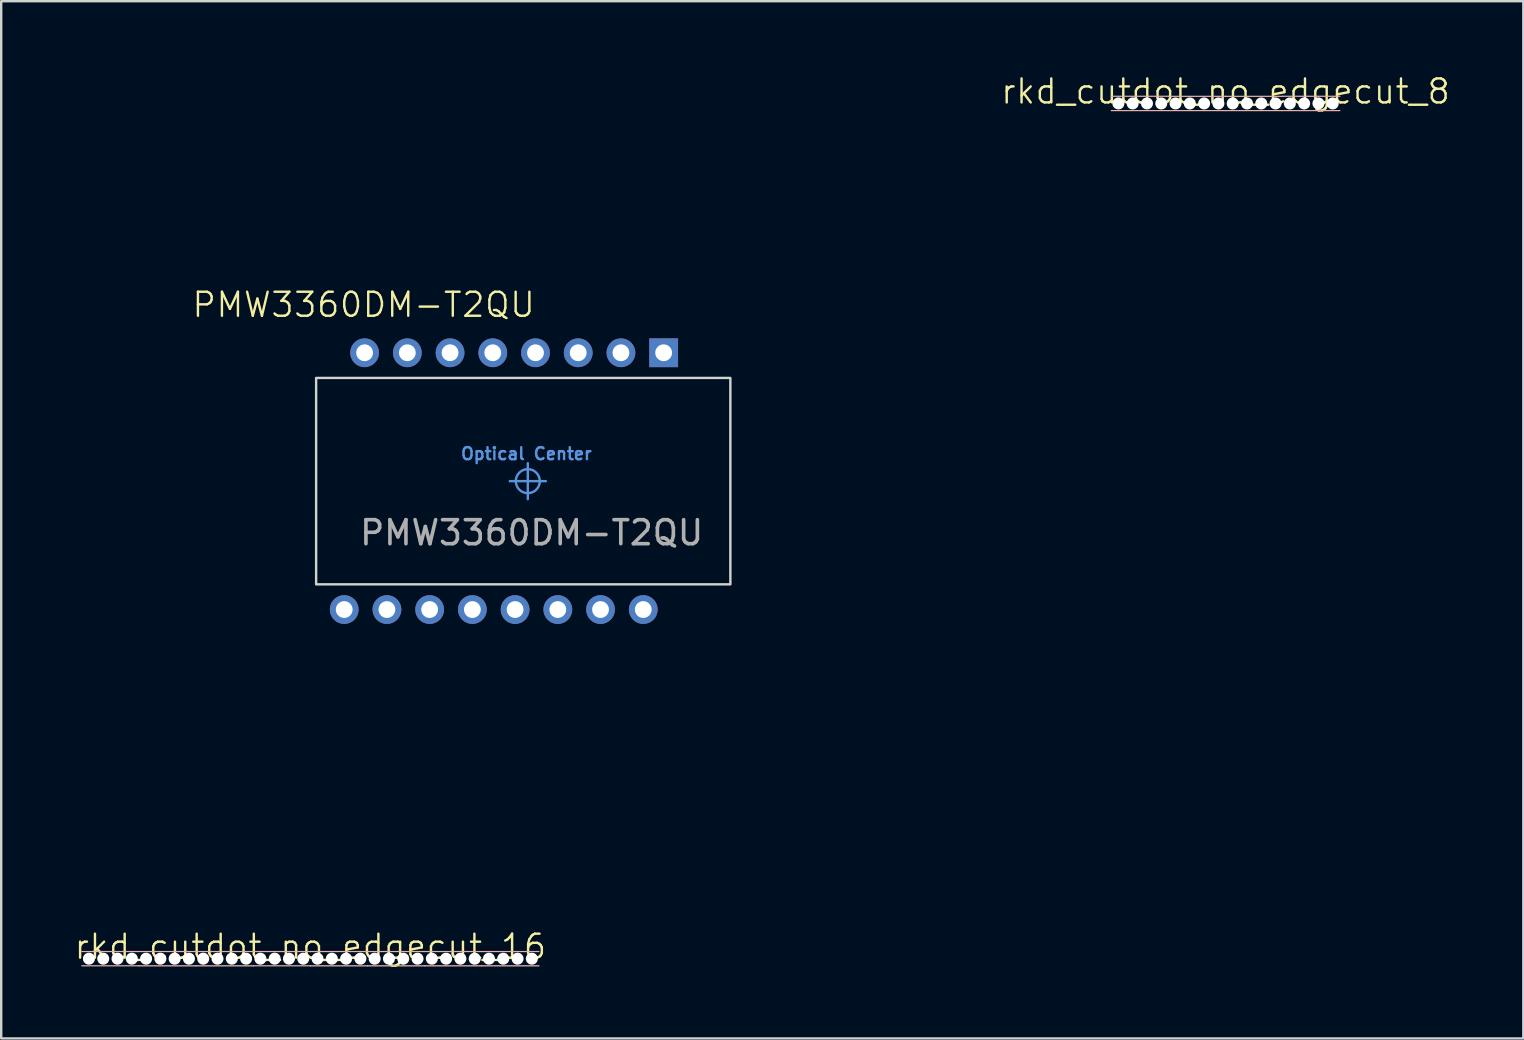
<source format=kicad_pcb>
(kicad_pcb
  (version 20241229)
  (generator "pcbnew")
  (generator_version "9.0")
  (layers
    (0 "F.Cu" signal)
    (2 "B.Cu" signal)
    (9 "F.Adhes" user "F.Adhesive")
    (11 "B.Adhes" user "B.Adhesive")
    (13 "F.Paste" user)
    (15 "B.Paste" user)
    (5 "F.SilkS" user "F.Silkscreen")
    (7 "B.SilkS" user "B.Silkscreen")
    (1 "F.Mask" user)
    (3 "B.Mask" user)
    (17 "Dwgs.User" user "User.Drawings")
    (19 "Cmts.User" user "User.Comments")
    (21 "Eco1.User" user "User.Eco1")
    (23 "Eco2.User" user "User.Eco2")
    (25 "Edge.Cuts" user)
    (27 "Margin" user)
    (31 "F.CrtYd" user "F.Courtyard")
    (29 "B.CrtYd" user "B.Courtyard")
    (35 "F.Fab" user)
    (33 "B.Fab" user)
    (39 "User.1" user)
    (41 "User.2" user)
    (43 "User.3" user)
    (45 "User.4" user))
  (footprint "PMW3360DM-T2QU"
    (layer "F.Cu")
    (at 18.942 16.998)
    (property "Reference" "PMW3360DM-T2QU" (at -6.84 -7.35 0) (unlocked yes) (layer "F.SilkS") (effects (font (size 1 1) (thickness 0.1))))
    (attr through_hole)
    (fp_line (start -0.75 0) (end 0 0) (stroke (width 0.1) (type default)) (layer "Cmts.User"))
    (fp_line (start 0 0) (end 0 -0.75) (stroke (width 0.1) (type default)) (layer "Cmts.User"))
    (fp_line (start 0 0) (end 0.75 0) (stroke (width 0.1) (type default)) (layer "Cmts.User"))
    (fp_line (start 0 0.75) (end 0 0) (stroke (width 0.1) (type default)) (layer "Cmts.User"))
    (fp_circle (center 0 0) (end 0.5 0) (stroke (width 0.1) (type solid)) (fill no) (layer "Cmts.User"))
    (fp_rect (start -8.82 -4.3) (end 8.44 4.3) (stroke (width 0.1) (type default)) (fill no) (layer "Edge.Cuts"))
    (fp_rect (start -10.38 -9.5) (end 10.97 9.5) (stroke (width 0.1) (type default)) (fill no) (layer "User.1"))
    (fp_text user "Optical Center" (at -2.84 -0.85 0) (unlocked yes) (layer "Cmts.User") (effects (font (size 0.5 0.5) (thickness 0.1)) (justify left bottom)))
    (fp_text user "${REFERENCE}" (at 0.16 2.15 0) (unlocked yes) (layer "F.Fab") (effects (font (size 1 1) (thickness 0.15))))
    (dimension (type aligned) (layer "User.1") (pts (xy 8.562 7.498) (xy 29.912 7.498)) (height -5.5) (format (prefix "") (suffix "") (units 3) (units_format 1) (precision 2) (suppress_zeroes yes)) (style (thickness 0.1) (arrow_length 1.27) (text_position_mode 0) (arrow_direction outward) (extension_height 0.586) (extension_offset 0.5) (keep_text_aligned yes)) (gr_text "21.35 mm" (at 19.237 0.848 0) (layer "User.1") (effects (font (size 1 1) (thickness 0.15)))))
    (dimension (type aligned) (layer "User.1") (pts (xy 8.562 7.498) (xy 8.562 26.498)) (height 4.62) (format (prefix "") (suffix "") (units 3) (units_format 1) (precision 4) (suppress_zeroes yes)) (style (thickness 0.1) (arrow_length 1.27) (text_position_mode 0) (arrow_direction outward) (extension_height 0.586) (extension_offset 0.5) (keep_text_aligned yes)) (gr_text "19 mm" (at 2.792 16.998 90) (layer "User.1") (effects (font (size 1 1) (thickness 0.15)))))
    (dimension (type aligned) (layer "User.1") (pts (xy 27.382 21.298) (xy 10.122 21.298)) (height -4.35) (format (prefix "") (suffix "") (units 3) (units_format 1) (precision 2)) (style (thickness 0.1) (arrow_length 1.27) (text_position_mode 0) (arrow_direction outward) (extension_height 0.586) (extension_offset 0.5) (keep_text_aligned yes)) (gr_text "17.26 mm" (at 18.752 24.498 0) (layer "User.1") (effects (font (size 1 1) (thickness 0.15)))))
    (dimension (type orthogonal) (layer "User.1") (pts (xy 29.912 26.498) (xy 18.942 16.998)) (height 5.5) (orientation 0) (format (prefix "") (suffix "") (units 3) (units_format 1) (precision 4) (suppress_zeroes yes)) (style (thickness 0.1) (arrow_length 1.27) (text_position_mode 0) (arrow_direction outward) (extension_height 0.586) (extension_offset 0.5) (keep_text_aligned yes)) (gr_text "10.97 mm" (at 24.427 30.848 0) (layer "User.1") (effects (font (size 1 1) (thickness 0.15)))))
    (dimension (type orthogonal) (layer "User.1") (pts (xy 10.122 12.698) (xy 10.122 21.298)) (height -3.52) (orientation 1) (format (prefix "") (suffix "") (units 3) (units_format 1) (precision 2)) (style (thickness 0.1) (arrow_length 1.27) (text_position_mode 0) (arrow_direction outward) (extension_height 0.586) (extension_offset 0.5) (keep_text_aligned yes)) (gr_text "8.60 mm" (at 5.452 16.998 90) (layer "User.1") (effects (font (size 1 1) (thickness 0.15)))))
    (dimension (type orthogonal) (layer "User.1") (pts (xy 18.942 16.998) (xy 24.602 11.648)) (height -7.85) (orientation 0) (format (prefix "") (suffix "") (units 3) (units_format 1) (precision 2)) (style (thickness 0.1) (arrow_length 1.27) (text_position_mode 0) (arrow_direction outward) (extension_height 0.586) (extension_offset 0.5) (keep_text_aligned yes)) (gr_text "5.66 mm" (at 21.772 7.998 0) (layer "User.1") (effects (font (size 1 1) (thickness 0.15)))))
    (dimension (type orthogonal) (layer "User.1") (pts (xy 24.602 11.648) (xy 18.942 16.998)) (height 6) (orientation 1) (format (prefix "") (suffix "") (units 3) (units_format 1) (precision 2)) (style (thickness 0.1) (arrow_length 1.27) (text_position_mode 2) (arrow_direction outward) (extension_height 0.586) (extension_offset 0.5) (keep_text_aligned yes)) (gr_text "5.35 mm" (at 32.102 14.323 90) (layer "User.1") (effects (font (size 1 1) (thickness 0.15)))))
    (pad "1" thru_hole rect (at 5.66 -5.35) (size 1.2 1.2) (drill 0.7) (layers "*.Cu" "*.Mask"))
    (pad "2" thru_hole circle (at 3.88 -5.35) (size 1.2 1.2) (drill 0.7) (layers "*.Cu" "*.Mask"))
    (pad "3" thru_hole circle (at 2.1 -5.35) (size 1.2 1.2) (drill 0.7) (layers "*.Cu" "*.Mask"))
    (pad "4" thru_hole circle (at 0.32 -5.35) (size 1.2 1.2) (drill 0.7) (layers "*.Cu" "*.Mask"))
    (pad "5" thru_hole circle (at -1.46 -5.35) (size 1.2 1.2) (drill 0.7) (layers "*.Cu" "*.Mask"))
    (pad "6" thru_hole circle (at -3.24 -5.35) (size 1.2 1.2) (drill 0.7) (layers "*.Cu" "*.Mask"))
    (pad "7" thru_hole circle (at -5.02 -5.35) (size 1.2 1.2) (drill 0.7) (layers "*.Cu" "*.Mask"))
    (pad "8" thru_hole circle (at -6.8 -5.35) (size 1.2 1.2) (drill 0.7) (layers "*.Cu" "*.Mask"))
    (pad "9" thru_hole circle (at -7.65 5.35) (size 1.2 1.2) (drill 0.7) (layers "*.Cu" "*.Mask"))
    (pad "10" thru_hole circle (at -5.87 5.35) (size 1.2 1.2) (drill 0.7) (layers "*.Cu" "*.Mask"))
    (pad "11" thru_hole circle (at -4.09 5.35) (size 1.2 1.2) (drill 0.7) (layers "*.Cu" "*.Mask"))
    (pad "12" thru_hole circle (at -2.31 5.35) (size 1.2 1.2) (drill 0.7) (layers "*.Cu" "*.Mask"))
    (pad "13" thru_hole circle (at -0.53 5.35) (size 1.2 1.2) (drill 0.7) (layers "*.Cu" "*.Mask"))
    (pad "14" thru_hole circle (at 1.25 5.35) (size 1.2 1.2) (drill 0.7) (layers "*.Cu" "*.Mask"))
    (pad "15" thru_hole circle (at 3.03 5.35) (size 1.2 1.2) (drill 0.7) (layers "*.Cu" "*.Mask"))
    (pad "16" thru_hole circle (at 4.81 5.35) (size 1.2 1.2) (drill 0.7) (layers "*.Cu" "*.Mask"))
    (zone (net_name "") (layer "Edge.Cuts") (hatch edge 0.5) (connect_pads) (min_thickness 0.25) (filled_areas_thickness no) (keepout (tracks not_allowed) (vias not_allowed) (pads not_allowed) (copperpour not_allowed) (footprints not_allowed)) (placement (enabled no)) (fill) (polygon (pts (xy 10.122 12.698) (xy 27.382 12.698) (xy 27.382 21.298) (xy 10.122 21.298)))))
  (footprint "rkd_cutdot_no_edgecut_8"
    (layer "F.Cu")
    (at 48.015 1.26)
    (property "Reference" "rkd_cutdot_no_edgecut_8" (at 0 -0.5 0) (unlocked yes) (layer "F.SilkS") (effects (font (size 1 1) (thickness 0.1))))
    (attr smd board_only exclude_from_pos_files exclude_from_bom)
    (fp_line (start -2.381 0.298) (end -4.762 0.298) (stroke (width 0.05) (type default)) (layer "B.SilkS"))
    (fp_line (start -2.381 -0.298) (end -4.762 -0.298) (stroke (width 0.05) (type default)) (layer "B.SilkS"))
    (fp_line (start -0.000001 0.298) (end -2.381 0.298) (stroke (width 0.05) (type default)) (layer "B.SilkS"))
    (fp_line (start 0 -0.297) (end -2.381 -0.297) (stroke (width 0.05) (type default)) (layer "B.SilkS"))
    (fp_line (start 2.381 0.298) (end -0.000001 0.298) (stroke (width 0.05) (type default)) (layer "B.SilkS"))
    (fp_line (start 2.381 -0.297) (end 0 -0.297) (stroke (width 0.05) (type default)) (layer "B.SilkS"))
    (fp_line (start 4.763 0.298) (end 2.381 0.298) (stroke (width 0.05) (type default)) (layer "B.SilkS"))
    (fp_line (start 4.763 -0.298) (end 2.381 -0.298) (stroke (width 0.05) (type default)) (layer "B.SilkS"))
    (pad "" np_thru_hole circle (at -4.465 0.000356 90) (size 0.5 0.5) (drill 0.5) (layers "*.Cu" "*.Mask"))
    (pad "" np_thru_hole circle (at -3.87 0.000356 90) (size 0.5 0.5) (drill 0.5) (layers "*.Cu" "*.Mask"))
    (pad "" np_thru_hole circle (at -3.274 0.000356 90) (size 0.5 0.5) (drill 0.5) (layers "*.Cu" "*.Mask"))
    (pad "" np_thru_hole circle (at -2.679 0.000356 90) (size 0.5 0.5) (drill 0.5) (layers "*.Cu" "*.Mask"))
    (pad "" np_thru_hole circle (at -2.084 0.001 90) (size 0.5 0.5) (drill 0.5) (layers "*.Cu" "*.Mask"))
    (pad "" np_thru_hole circle (at -1.489 0.001 90) (size 0.5 0.5) (drill 0.5) (layers "*.Cu" "*.Mask"))
    (pad "" np_thru_hole circle (at -0.893 0.001 90) (size 0.5 0.5) (drill 0.5) (layers "*.Cu" "*.Mask"))
    (pad "" np_thru_hole circle (at -0.298 0.001 90) (size 0.5 0.5) (drill 0.5) (layers "*.Cu" "*.Mask"))
    (pad "" np_thru_hole circle (at 0.297 0.001 90) (size 0.5 0.5) (drill 0.5) (layers "*.Cu" "*.Mask"))
    (pad "" np_thru_hole circle (at 0.893 0.001 90) (size 0.5 0.5) (drill 0.5) (layers "*.Cu" "*.Mask"))
    (pad "" np_thru_hole circle (at 1.488 0.001 90) (size 0.5 0.5) (drill 0.5) (layers "*.Cu" "*.Mask"))
    (pad "" np_thru_hole circle (at 2.083 0.001 90) (size 0.5 0.5) (drill 0.5) (layers "*.Cu" "*.Mask"))
    (pad "" np_thru_hole circle (at 2.679 0.000356 90) (size 0.5 0.5) (drill 0.5) (layers "*.Cu" "*.Mask"))
    (pad "" np_thru_hole circle (at 3.274 0.000356 90) (size 0.5 0.5) (drill 0.5) (layers "*.Cu" "*.Mask"))
    (pad "" np_thru_hole circle (at 3.87 0.000356 90) (size 0.5 0.5) (drill 0.5) (layers "*.Cu" "*.Mask"))
    (pad "" np_thru_hole circle (at 4.465 0.000356 90) (size 0.5 0.5) (drill 0.5) (layers "*.Cu" "*.Mask")))
  (footprint "rkd_cutdot_no_edgecut_16"
    (layer "F.Cu")
    (at 9.883 36.895)
    (property "Reference" "rkd_cutdot_no_edgecut_16" (at 0 -0.5 0) (unlocked yes) (layer "F.SilkS") (effects (font (size 1 1) (thickness 0.1))))
    (attr smd board_only exclude_from_pos_files exclude_from_bom)
    (fp_line (start -7.144 0.297) (end -9.525 0.297) (stroke (width 0.05) (type default)) (layer "B.SilkS"))
    (fp_line (start -7.144 -0.298) (end -9.525 -0.298) (stroke (width 0.05) (type default)) (layer "B.SilkS"))
    (fp_line (start -4.762 0.298) (end -7.144 0.298) (stroke (width 0.05) (type default)) (layer "B.SilkS"))
    (fp_line (start -4.762 -0.298) (end -7.144 -0.298) (stroke (width 0.05) (type default)) (layer "B.SilkS"))
    (fp_line (start -2.381 0.298) (end -4.762 0.298) (stroke (width 0.05) (type default)) (layer "B.SilkS"))
    (fp_line (start -2.381 -0.298) (end -4.762 -0.298) (stroke (width 0.05) (type default)) (layer "B.SilkS"))
    (fp_line (start 0.000228 0.297) (end -2.381 0.297) (stroke (width 0.05) (type default)) (layer "B.SilkS"))
    (fp_line (start 0.000229 -0.298) (end -2.381 -0.298) (stroke (width 0.05) (type default)) (layer "B.SilkS"))
    (fp_line (start 2.381 0.298) (end -0.000002 0.298) (stroke (width 0.05) (type default)) (layer "B.SilkS"))
    (fp_line (start 2.381 -0.298) (end -0.000001 -0.298) (stroke (width 0.05) (type default)) (layer "B.SilkS"))
    (fp_line (start 4.762 0.298) (end 2.381 0.298) (stroke (width 0.05) (type default)) (layer "B.SilkS"))
    (fp_line (start 4.762 -0.297) (end 2.381 -0.297) (stroke (width 0.05) (type default)) (layer "B.SilkS"))
    (fp_line (start 7.144 0.298) (end 4.762 0.298) (stroke (width 0.05) (type default)) (layer "B.SilkS"))
    (fp_line (start 7.144 -0.297) (end 4.762 -0.297) (stroke (width 0.05) (type default)) (layer "B.SilkS"))
    (fp_line (start 9.525 0.298) (end 7.144 0.298) (stroke (width 0.05) (type default)) (layer "B.SilkS"))
    (fp_line (start 9.525 -0.298) (end 7.144 -0.298) (stroke (width 0.05) (type default)) (layer "B.SilkS"))
    (pad "" np_thru_hole circle (at -9.227 0 90) (size 0.5 0.5) (drill 0.5) (layers "*.Cu" "*.Mask"))
    (pad "" np_thru_hole circle (at -8.632 0 90) (size 0.5 0.5) (drill 0.5) (layers "*.Cu" "*.Mask"))
    (pad "" np_thru_hole circle (at -8.037 0 90) (size 0.5 0.5) (drill 0.5) (layers "*.Cu" "*.Mask"))
    (pad "" np_thru_hole circle (at -7.441 0 90) (size 0.5 0.5) (drill 0.5) (layers "*.Cu" "*.Mask"))
    (pad "" np_thru_hole circle (at -6.846 0.000355 90) (size 0.5 0.5) (drill 0.5) (layers "*.Cu" "*.Mask"))
    (pad "" np_thru_hole circle (at -6.251 0.000355 90) (size 0.5 0.5) (drill 0.5) (layers "*.Cu" "*.Mask"))
    (pad "" np_thru_hole circle (at -5.656 0.000355 90) (size 0.5 0.5) (drill 0.5) (layers "*.Cu" "*.Mask"))
    (pad "" np_thru_hole circle (at -5.06 0.000355 90) (size 0.5 0.5) (drill 0.5) (layers "*.Cu" "*.Mask"))
    (pad "" np_thru_hole circle (at -4.465 0.000356 90) (size 0.5 0.5) (drill 0.5) (layers "*.Cu" "*.Mask"))
    (pad "" np_thru_hole circle (at -3.87 0.000356 90) (size 0.5 0.5) (drill 0.5) (layers "*.Cu" "*.Mask"))
    (pad "" np_thru_hole circle (at -3.274 0.000356 90) (size 0.5 0.5) (drill 0.5) (layers "*.Cu" "*.Mask"))
    (pad "" np_thru_hole circle (at -2.679 0.000356 90) (size 0.5 0.5) (drill 0.5) (layers "*.Cu" "*.Mask"))
    (pad "" np_thru_hole circle (at -2.084 0 90) (size 0.5 0.5) (drill 0.5) (layers "*.Cu" "*.Mask"))
    (pad "" np_thru_hole circle (at -1.488 0 90) (size 0.5 0.5) (drill 0.5) (layers "*.Cu" "*.Mask"))
    (pad "" np_thru_hole circle (at -0.893 0 90) (size 0.5 0.5) (drill 0.5) (layers "*.Cu" "*.Mask"))
    (pad "" np_thru_hole circle (at -0.298 0 90) (size 0.5 0.5) (drill 0.5) (layers "*.Cu" "*.Mask"))
    (pad "" np_thru_hole circle (at 0.297 0.000356 90) (size 0.5 0.5) (drill 0.5) (layers "*.Cu" "*.Mask"))
    (pad "" np_thru_hole circle (at 0.893 0.000356 90) (size 0.5 0.5) (drill 0.5) (layers "*.Cu" "*.Mask"))
    (pad "" np_thru_hole circle (at 1.488 0.000356 90) (size 0.5 0.5) (drill 0.5) (layers "*.Cu" "*.Mask"))
    (pad "" np_thru_hole circle (at 2.083 0.000356 90) (size 0.5 0.5) (drill 0.5) (layers "*.Cu" "*.Mask"))
    (pad "" np_thru_hole circle (at 2.678 0.001 90) (size 0.5 0.5) (drill 0.5) (layers "*.Cu" "*.Mask"))
    (pad "" np_thru_hole circle (at 3.274 0.001 90) (size 0.5 0.5) (drill 0.5) (layers "*.Cu" "*.Mask"))
    (pad "" np_thru_hole circle (at 3.869 0.001 90) (size 0.5 0.5) (drill 0.5) (layers "*.Cu" "*.Mask"))
    (pad "" np_thru_hole circle (at 4.464 0.001 90) (size 0.5 0.5) (drill 0.5) (layers "*.Cu" "*.Mask"))
    (pad "" np_thru_hole circle (at 5.06 0.001 90) (size 0.5 0.5) (drill 0.5) (layers "*.Cu" "*.Mask"))
    (pad "" np_thru_hole circle (at 5.655 0.001 90) (size 0.5 0.5) (drill 0.5) (layers "*.Cu" "*.Mask"))
    (pad "" np_thru_hole circle (at 6.25 0.001 90) (size 0.5 0.5) (drill 0.5) (layers "*.Cu" "*.Mask"))
    (pad "" np_thru_hole circle (at 6.846 0.001 90) (size 0.5 0.5) (drill 0.5) (layers "*.Cu" "*.Mask"))
    (pad "" np_thru_hole circle (at 7.441 0.000356 90) (size 0.5 0.5) (drill 0.5) (layers "*.Cu" "*.Mask"))
    (pad "" np_thru_hole circle (at 8.036 0.000356 90) (size 0.5 0.5) (drill 0.5) (layers "*.Cu" "*.Mask"))
    (pad "" np_thru_hole circle (at 8.632 0.000356 90) (size 0.5 0.5) (drill 0.5) (layers "*.Cu" "*.Mask"))
    (pad "" np_thru_hole circle (at 9.227 0.000356 90) (size 0.5 0.5) (drill 0.5) (layers "*.Cu" "*.Mask")))
  (gr_rect
    (start -3 -3)
    (end 60.422 40.218)
    (stroke (width 0.1) (type default))
    (fill no)
    (layer "Edge.Cuts")))
</source>
